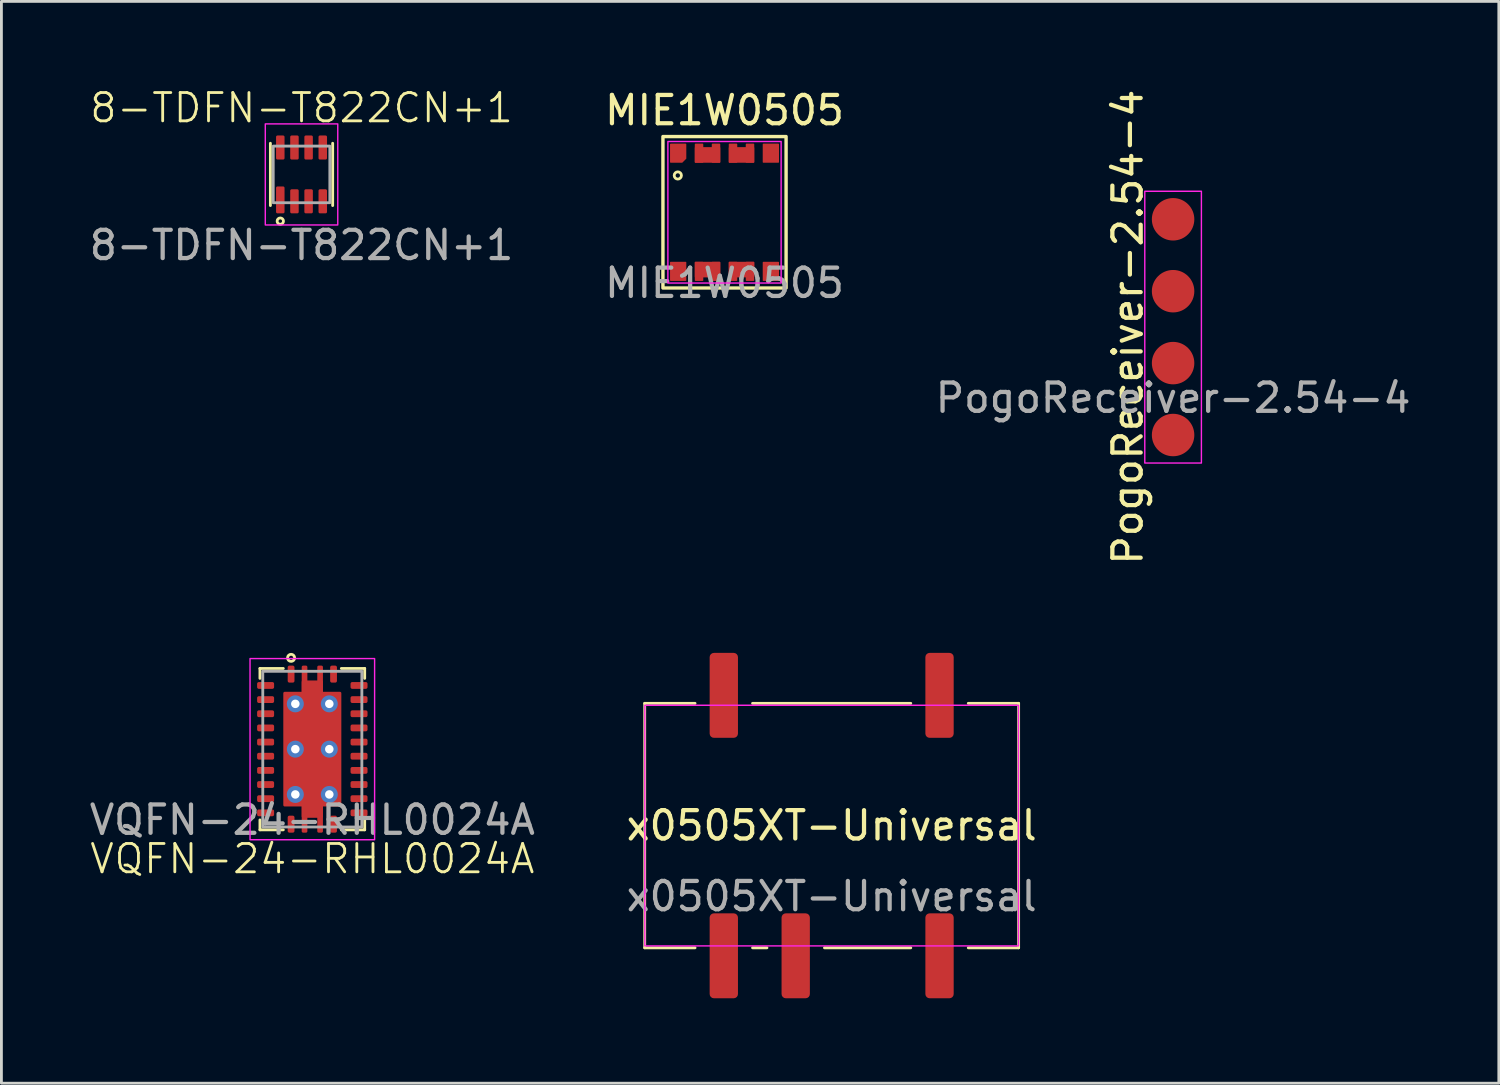
<source format=kicad_pcb>
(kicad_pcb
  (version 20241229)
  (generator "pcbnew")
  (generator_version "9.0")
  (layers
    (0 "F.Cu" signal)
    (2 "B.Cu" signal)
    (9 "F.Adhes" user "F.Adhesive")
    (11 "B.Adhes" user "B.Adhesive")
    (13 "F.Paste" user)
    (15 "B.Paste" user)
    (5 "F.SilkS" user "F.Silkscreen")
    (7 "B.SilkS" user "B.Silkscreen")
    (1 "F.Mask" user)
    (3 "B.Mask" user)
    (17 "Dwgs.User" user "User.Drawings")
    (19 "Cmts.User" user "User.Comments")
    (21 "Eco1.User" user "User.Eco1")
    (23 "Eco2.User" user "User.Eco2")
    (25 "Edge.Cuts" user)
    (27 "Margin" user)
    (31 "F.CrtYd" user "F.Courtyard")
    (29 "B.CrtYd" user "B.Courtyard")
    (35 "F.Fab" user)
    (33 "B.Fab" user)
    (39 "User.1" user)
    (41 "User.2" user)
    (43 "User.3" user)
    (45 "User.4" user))
  (footprint "MIE1W0505"
    (layer "F.Cu")
    (at 22.542 4.448)
    (property "Reference" "MIE1W0505" (at 0 -3.6 0) (unlocked yes) (layer "F.SilkS") (effects (font (size 1 1) (thickness 0.15))))
    (attr smd)
    (fp_rect (start -2.175 -2.675) (end 2.175 2.675) (stroke (width 0.12) (type solid)) (fill no) (layer "F.SilkS"))
    (fp_circle (center -1.65 -1.3) (end -1.675 -1.425) (stroke (width 0.1) (type default)) (fill no) (layer "F.SilkS"))
    (fp_rect (start -2 -2.5) (end 2 2.5) (stroke (width 0.05) (type solid)) (fill no) (layer "F.CrtYd"))
    (fp_text user "${REFERENCE}" (at 0 2.5 0) (unlocked yes) (layer "F.Fab") (effects (font (size 1 1) (thickness 0.15))))
    (pad "1" smd roundrect (at -1.637 -2.087) (size 0.575 0.675) (layers "F.Cu" "F.Mask" "F.Paste") (roundrect_rratio 0.043) (chamfer_ratio 0.25) (chamfer bottom_right))
    (pad "2" smd roundrect (at -1.637 2.087) (size 0.575 0.675) (layers "F.Cu" "F.Mask" "F.Paste") (roundrect_rratio 0.043))
    (pad "3" smd roundrect (at -0.9 2.087) (size 0.3 0.675) (layers "F.Cu" "F.Mask" "F.Paste") (roundrect_rratio 0.083))
    (pad "3" smd roundrect (at -0.6 2.025) (size 0.9 0.55) (layers "F.Cu" "F.Mask" "F.Paste") (roundrect_rratio 0.045))
    (pad "4" smd roundrect (at -0.3 2.087) (size 0.3 0.675) (layers "F.Cu" "F.Mask" "F.Paste") (roundrect_rratio 0.083))
    (pad "5" smd roundrect (at 0.3 2.087) (size 0.3 0.675) (layers "F.Cu" "F.Mask" "F.Paste") (roundrect_rratio 0.083))
    (pad "5" smd roundrect (at 0.6 2.025) (size 0.9 0.55) (layers "F.Cu" "F.Mask" "F.Paste") (roundrect_rratio 0.045))
    (pad "6" smd roundrect (at 0.9 2.087) (size 0.3 0.675) (layers "F.Cu" "F.Mask" "F.Paste") (roundrect_rratio 0.083))
    (pad "7" smd roundrect (at 1.637 2.087) (size 0.575 0.675) (layers "F.Cu" "F.Mask" "F.Paste") (roundrect_rratio 0.043))
    (pad "8" smd roundrect (at 1.637 -2.087) (size 0.575 0.675) (layers "F.Cu" "F.Mask" "F.Paste") (roundrect_rratio 0.043))
    (pad "9" smd roundrect (at 0.9 -2.087) (size 0.3 0.675) (layers "F.Cu" "F.Mask" "F.Paste") (roundrect_rratio 0.083))
    (pad "10" smd roundrect (at 0.3 -2.087) (size 0.3 0.675) (layers "F.Cu" "F.Mask" "F.Paste") (roundrect_rratio 0.083))
    (pad "10" smd roundrect (at 0.6 -2.025) (size 0.9 0.55) (layers "F.Cu" "F.Mask" "F.Paste") (roundrect_rratio 0.045))
    (pad "11" smd roundrect (at -0.3 -2.087) (size 0.3 0.675) (layers "F.Cu" "F.Mask" "F.Paste") (roundrect_rratio 0.083))
    (pad "12" smd roundrect (at -0.9 -2.087) (size 0.3 0.675) (layers "F.Cu" "F.Mask" "F.Paste") (roundrect_rratio 0.083))
    (pad "12" smd roundrect (at -0.6 -2.025) (size 0.9 0.55) (layers "F.Cu" "F.Mask" "F.Paste") (roundrect_rratio 0.045)))
  (footprint "x0505XT-Universal"
    (layer "F.Cu")
    (at 26.327 26.112)
    (property "Reference" "x0505XT-Universal" (at 0 0 0) (unlocked yes) (layer "F.SilkS") (effects (font (size 1 1) (thickness 0.15))))
    (attr smd)
    (fp_line (start -6.604 -4.318) (end -6.604 4.318) (stroke (width 0.1) (type default)) (layer "F.SilkS"))
    (fp_line (start -6.604 4.318) (end -4.826 4.318) (stroke (width 0.1) (type default)) (layer "F.SilkS"))
    (fp_line (start -4.826 -4.318) (end -6.604 -4.318) (stroke (width 0.1) (type default)) (layer "F.SilkS"))
    (fp_line (start -2.794 4.318) (end -2.286 4.318) (stroke (width 0.1) (type default)) (layer "F.SilkS"))
    (fp_line (start -0.254 4.318) (end 2.794 4.318) (stroke (width 0.1) (type default)) (layer "F.SilkS"))
    (fp_line (start 2.794 -4.318) (end -2.794 -4.318) (stroke (width 0.1) (type default)) (layer "F.SilkS"))
    (fp_line (start 4.826 4.318) (end 6.604 4.318) (stroke (width 0.1) (type default)) (layer "F.SilkS"))
    (fp_line (start 6.604 -4.318) (end 4.826 -4.318) (stroke (width 0.1) (type default)) (layer "F.SilkS"))
    (fp_line (start 6.604 4.318) (end 6.604 -4.318) (stroke (width 0.1) (type default)) (layer "F.SilkS"))
    (fp_rect (start -6.6 -4.25) (end 6.6 4.25) (stroke (width 0.05) (type solid)) (fill no) (layer "F.CrtYd"))
    (fp_text user "${REFERENCE}" (at 0 2.5 0) (unlocked yes) (layer "F.Fab") (effects (font (size 1 1) (thickness 0.15))))
    (pad "1" smd roundrect (at -3.81 4.6) (size 1 3) (layers "F.Cu" "F.Mask" "F.Paste") (roundrect_rratio 0.15))
    (pad "2" smd roundrect (at -1.27 4.6) (size 1 3) (layers "F.Cu" "F.Mask" "F.Paste") (roundrect_rratio 0.15))
    (pad "4" smd roundrect (at 3.81 4.6) (size 1 3) (layers "F.Cu" "F.Mask" "F.Paste") (roundrect_rratio 0.15))
    (pad "5" smd roundrect (at 3.81 -4.6) (size 1 3) (layers "F.Cu" "F.Mask" "F.Paste") (roundrect_rratio 0.15))
    (pad "8" smd roundrect (at -3.81 -4.6) (size 1 3) (layers "F.Cu" "F.Mask" "F.Paste") (roundrect_rratio 0.15)))
  (footprint "VQFN-24-RHL0024A"
    (layer "F.Cu")
    (at 7.982 23.412)
    (property "Reference" "VQFN-24-RHL0024A" (at 0 3.875 0) (unlocked yes) (layer "F.SilkS") (effects (font (size 1 1) (thickness 0.1))))
    (attr smd)
    (fp_line (start -1.85 -2.85) (end -1.85 -2.5) (stroke (width 0.1) (type default)) (layer "F.SilkS"))
    (fp_line (start -1.85 2.85) (end -1.85 2.5) (stroke (width 0.1) (type default)) (layer "F.SilkS"))
    (fp_line (start -1.85 2.85) (end -1.025 2.85) (stroke (width 0.1) (type default)) (layer "F.SilkS"))
    (fp_line (start -1.025 -2.85) (end -1.85 -2.85) (stroke (width 0.1) (type default)) (layer "F.SilkS"))
    (fp_line (start 1.025 2.85) (end 1.85 2.85) (stroke (width 0.1) (type default)) (layer "F.SilkS"))
    (fp_line (start 1.85 -2.85) (end 1.025 -2.85) (stroke (width 0.1) (type default)) (layer "F.SilkS"))
    (fp_line (start 1.85 -2.85) (end 1.85 -2.5) (stroke (width 0.1) (type default)) (layer "F.SilkS"))
    (fp_line (start 1.85 2.85) (end 1.85 2.5) (stroke (width 0.1) (type default)) (layer "F.SilkS"))
    (fp_circle (center -0.75 -3.225) (end -0.75 -3.35) (stroke (width 0.1) (type default)) (fill no) (layer "F.SilkS"))
    (fp_rect (start -2.2 -3.2) (end 2.2 3.2) (stroke (width 0.05) (type solid)) (fill no) (layer "F.CrtYd"))
    (fp_rect (start -1.75 -2.75) (end 1.75 2.75) (stroke (width 0.1) (type solid)) (fill no) (layer "F.Fab"))
    (fp_text user "${REFERENCE}" (at 0 2.5 0) (unlocked yes) (layer "F.Fab") (effects (font (size 1 1) (thickness 0.15))))
    (pad "1" smd roundrect (at -0.75 -2.65) (size 0.24 0.6) (layers "F.Cu" "F.Mask" "F.Paste") (roundrect_rratio 0.25))
    (pad "2" smd roundrect (at -1.65 -2.25 90) (size 0.24 0.6) (layers "F.Cu" "F.Mask" "F.Paste") (roundrect_rratio 0.25))
    (pad "3" smd roundrect (at -1.65 -1.75 90) (size 0.24 0.6) (layers "F.Cu" "F.Mask" "F.Paste") (roundrect_rratio 0.25))
    (pad "4" smd roundrect (at -1.65 -1.25 90) (size 0.24 0.6) (layers "F.Cu" "F.Mask" "F.Paste") (roundrect_rratio 0.25))
    (pad "5" smd roundrect (at -1.65 -0.75 90) (size 0.24 0.6) (layers "F.Cu" "F.Mask" "F.Paste") (roundrect_rratio 0.25))
    (pad "6" smd roundrect (at -1.65 -0.25 90) (size 0.24 0.6) (layers "F.Cu" "F.Mask" "F.Paste") (roundrect_rratio 0.25))
    (pad "7" smd roundrect (at -1.65 0.25 90) (size 0.24 0.6) (layers "F.Cu" "F.Mask" "F.Paste") (roundrect_rratio 0.25))
    (pad "8" smd roundrect (at -1.65 0.75 90) (size 0.24 0.6) (layers "F.Cu" "F.Mask" "F.Paste") (roundrect_rratio 0.25))
    (pad "9" smd roundrect (at -1.65 1.25 90) (size 0.24 0.6) (layers "F.Cu" "F.Mask" "F.Paste") (roundrect_rratio 0.25))
    (pad "10" smd roundrect (at -1.65 1.75 90) (size 0.24 0.6) (layers "F.Cu" "F.Mask" "F.Paste") (roundrect_rratio 0.25))
    (pad "11" smd roundrect (at -1.65 2.25 90) (size 0.24 0.6) (layers "F.Cu" "F.Mask" "F.Paste") (roundrect_rratio 0.25))
    (pad "12" smd roundrect (at -0.75 2.65 180) (size 0.24 0.6) (layers "F.Cu" "F.Mask" "F.Paste") (roundrect_rratio 0.25))
    (pad "13" smd roundrect (at 0.75 2.65 180) (size 0.24 0.6) (layers "F.Cu" "F.Mask" "F.Paste") (roundrect_rratio 0.25))
    (pad "14" smd roundrect (at 1.65 2.25 270) (size 0.24 0.6) (layers "F.Cu" "F.Mask" "F.Paste") (roundrect_rratio 0.25))
    (pad "15" smd roundrect (at 1.65 1.75 270) (size 0.24 0.6) (layers "F.Cu" "F.Mask" "F.Paste") (roundrect_rratio 0.25))
    (pad "16" smd roundrect (at 1.65 1.25 270) (size 0.24 0.6) (layers "F.Cu" "F.Mask" "F.Paste") (roundrect_rratio 0.25))
    (pad "17" smd roundrect (at 1.65 0.75 270) (size 0.24 0.6) (layers "F.Cu" "F.Mask" "F.Paste") (roundrect_rratio 0.25))
    (pad "18" smd roundrect (at 1.65 0.25 270) (size 0.24 0.6) (layers "F.Cu" "F.Mask" "F.Paste") (roundrect_rratio 0.25))
    (pad "19" smd roundrect (at 1.65 -0.25 270) (size 0.24 0.6) (layers "F.Cu" "F.Mask" "F.Paste") (roundrect_rratio 0.25))
    (pad "20" smd roundrect (at 1.65 -0.75 270) (size 0.24 0.6) (layers "F.Cu" "F.Mask" "F.Paste") (roundrect_rratio 0.25))
    (pad "21" smd roundrect (at 1.65 -1.25 270) (size 0.24 0.6) (layers "F.Cu" "F.Mask" "F.Paste") (roundrect_rratio 0.25))
    (pad "22" smd roundrect (at 1.65 -1.75 270) (size 0.24 0.6) (layers "F.Cu" "F.Mask" "F.Paste") (roundrect_rratio 0.25))
    (pad "23" smd roundrect (at 1.65 -2.25 270) (size 0.24 0.6) (layers "F.Cu" "F.Mask" "F.Paste") (roundrect_rratio 0.25))
    (pad "24" smd roundrect (at 0.75 -2.65) (size 0.24 0.6) (layers "F.Cu" "F.Mask" "F.Paste") (roundrect_rratio 0.25))
    (pad "25" thru_hole circle (at -0.6 -1.6) (size 0.6 0.6) (drill 0.3) (layers "*.Cu"))
    (pad "25" thru_hole circle (at -0.6 0) (size 0.6 0.6) (drill 0.3) (layers "*.Cu"))
    (pad "25" thru_hole circle (at -0.6 1.6) (size 0.6 0.6) (drill 0.3) (layers "*.Cu"))
    (pad "25" smd roundrect (at -0.275 0) (size 0.2 5.9) (layers "F.Cu" "F.Mask" "F.Paste") (roundrect_rratio 0.25))
    (pad "25" smd roundrect (at 0 0) (size 0.75 4.85) (layers "F.Cu" "F.Mask" "F.Paste") (roundrect_rratio 0.067))
    (pad "25" smd roundrect (at 0 0) (size 2.05 4.05) (layers "F.Cu" "F.Mask" "F.Paste") (roundrect_rratio 0.024))
    (pad "25" smd roundrect (at 0.275 0) (size 0.2 5.9) (layers "F.Cu" "F.Mask" "F.Paste") (roundrect_rratio 0.25))
    (pad "25" thru_hole circle (at 0.6 -1.6) (size 0.6 0.6) (drill 0.3) (layers "*.Cu"))
    (pad "25" thru_hole circle (at 0.6 0) (size 0.6 0.6) (drill 0.3) (layers "*.Cu"))
    (pad "25" thru_hole circle (at 0.6 1.6) (size 0.6 0.6) (drill 0.3) (layers "*.Cu")))
  (footprint "8-TDFN-T822CN+1"
    (layer "F.Cu")
    (at 7.601 3.111)
    (property "Reference" "8-TDFN-T822CN+1" (at 0 -2.35 0) (unlocked yes) (layer "F.SilkS") (effects (font (size 1 1) (thickness 0.1))))
    (attr smd)
    (fp_line (start -1.1 -1.1) (end -1.1 1.1) (stroke (width 0.1) (type default)) (layer "F.SilkS"))
    (fp_line (start 1.1 -1.1) (end 1.1 1.1) (stroke (width 0.1) (type default)) (layer "F.SilkS"))
    (fp_circle (center -0.75 1.65) (end -0.8 1.55) (stroke (width 0.1) (type default)) (fill no) (layer "F.SilkS"))
    (fp_rect (start -1.28 -1.785) (end 1.28 1.785) (stroke (width 0.05) (type solid)) (fill no) (layer "F.CrtYd"))
    (fp_rect (start -1 -1) (end 1 1) (stroke (width 0.1) (type solid)) (fill no) (layer "F.Fab"))
    (fp_text user "${REFERENCE}" (at 0 2.5 0) (unlocked yes) (layer "F.Fab") (effects (font (size 1 1) (thickness 0.15))))
    (pad "1" smd roundrect (at -0.75 0.9) (size 0.3 0.95) (layers "F.Cu" "F.Mask" "F.Paste") (roundrect_rratio 0.167))
    (pad "2" smd roundrect (at -0.25 0.95) (size 0.3 0.85) (layers "F.Cu" "F.Mask" "F.Paste") (roundrect_rratio 0.167))
    (pad "3" smd roundrect (at 0.25 0.95) (size 0.3 0.85) (layers "F.Cu" "F.Mask" "F.Paste") (roundrect_rratio 0.167))
    (pad "4" smd roundrect (at 0.75 0.95) (size 0.3 0.85) (layers "F.Cu" "F.Mask" "F.Paste") (roundrect_rratio 0.167))
    (pad "5" smd roundrect (at 0.75 -0.95) (size 0.3 0.85) (layers "F.Cu" "F.Mask" "F.Paste") (roundrect_rratio 0.167))
    (pad "6" smd roundrect (at 0.25 -0.95) (size 0.3 0.85) (layers "F.Cu" "F.Mask" "F.Paste") (roundrect_rratio 0.167))
    (pad "7" smd roundrect (at -0.25 -0.95) (size 0.3 0.85) (layers "F.Cu" "F.Mask" "F.Paste") (roundrect_rratio 0.167))
    (pad "8" smd roundrect (at -0.75 -0.95) (size 0.3 0.85) (layers "F.Cu" "F.Mask" "F.Paste") (roundrect_rratio 0.167)))
  (footprint "PogoReceiver-2.54-4"
    (layer "F.Cu")
    (at 38.387 8.506)
    (property "Reference" "PogoReceiver-2.54-4" (at -1.6 0 90) (unlocked yes) (layer "F.SilkS") (effects (font (size 1 1) (thickness 0.15))))
    (attr smd)
    (fp_rect (start -1 -4.8) (end 1 4.8) (stroke (width 0.05) (type solid)) (fill no) (layer "F.CrtYd"))
    (fp_text user "${REFERENCE}" (at 0 2.5 0) (unlocked yes) (layer "F.Fab") (effects (font (size 1 1) (thickness 0.15))))
    (pad "1" smd circle (at 0 -3.81) (size 1.5 1.5) (layers "F.Cu" "F.Mask"))
    (pad "2" smd circle (at 0 -1.27) (size 1.5 1.5) (layers "F.Cu" "F.Mask"))
    (pad "3" smd circle (at 0 1.27) (size 1.5 1.5) (layers "F.Cu" "F.Mask"))
    (pad "4" smd circle (at 0 3.81) (size 1.5 1.5) (layers "F.Cu" "F.Mask")))
  (gr_rect
    (start -3 -3)
    (end 49.893 35.212)
    (stroke (width 0.1) (type default))
    (fill no)
    (layer "Edge.Cuts")))
</source>
